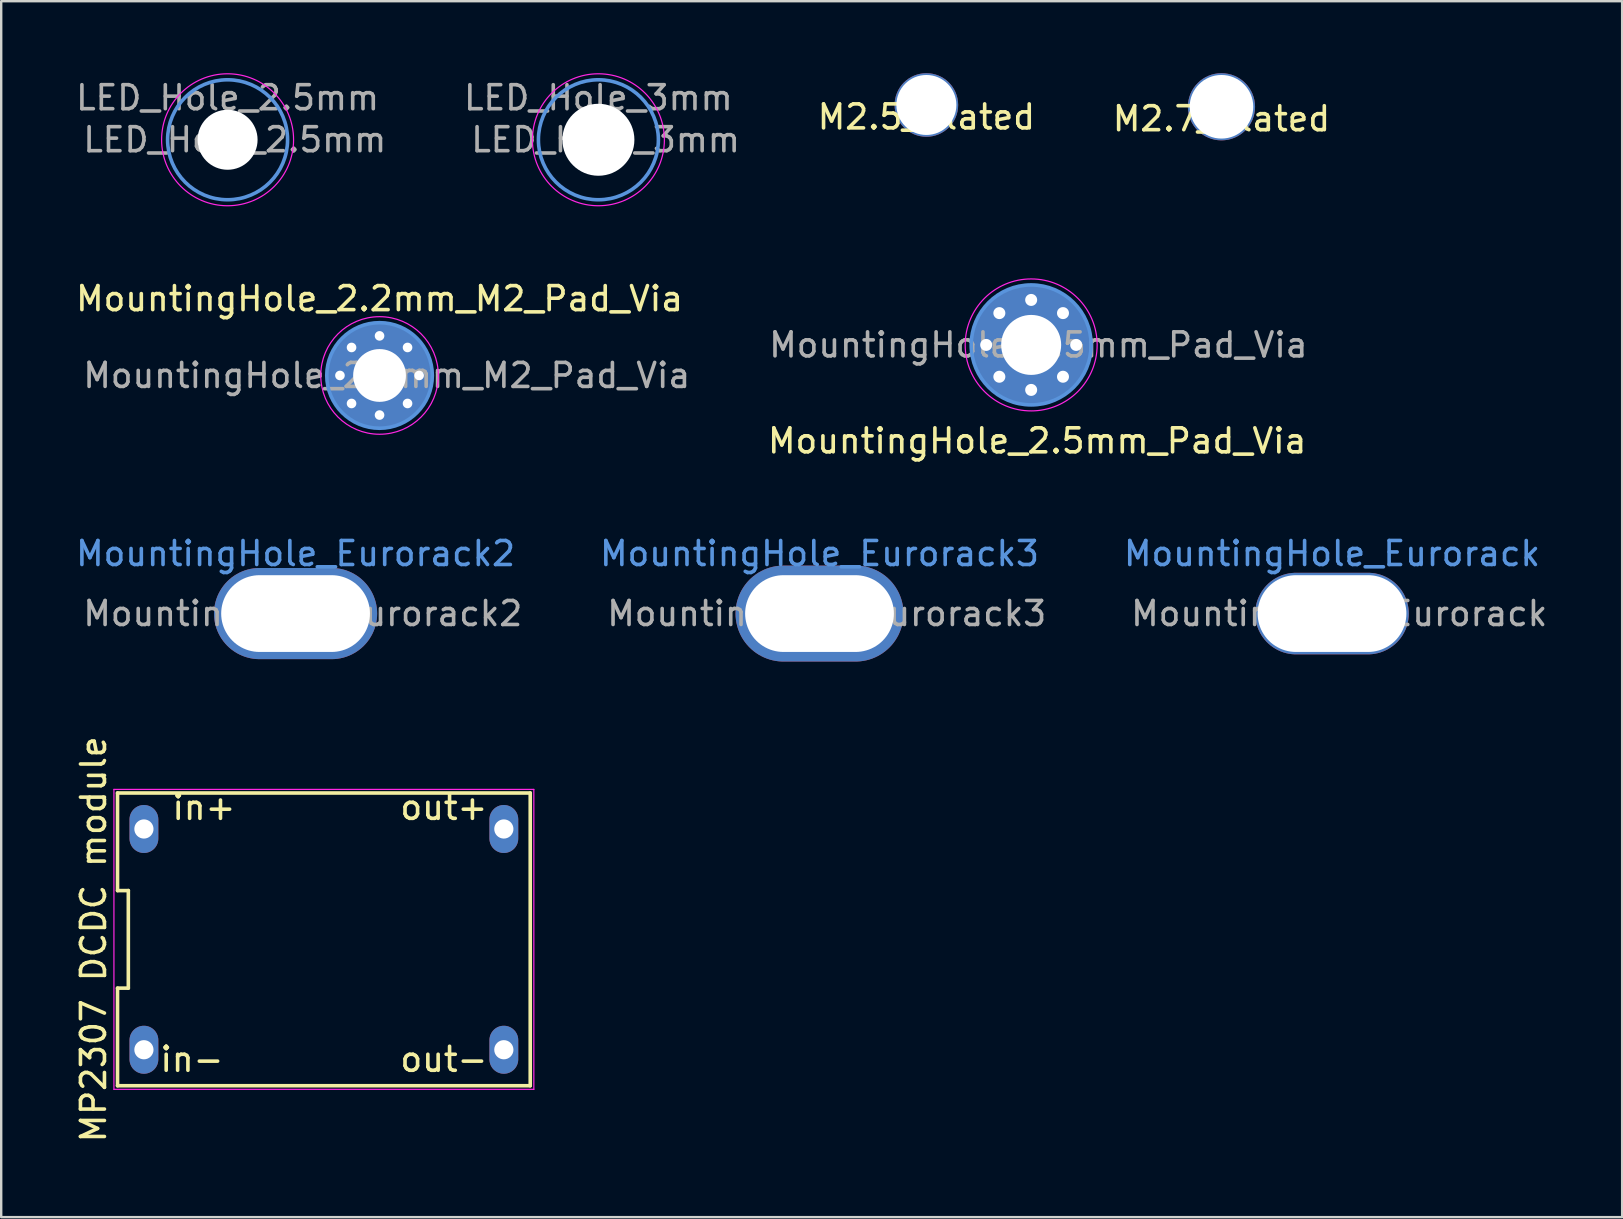
<source format=kicad_pcb>
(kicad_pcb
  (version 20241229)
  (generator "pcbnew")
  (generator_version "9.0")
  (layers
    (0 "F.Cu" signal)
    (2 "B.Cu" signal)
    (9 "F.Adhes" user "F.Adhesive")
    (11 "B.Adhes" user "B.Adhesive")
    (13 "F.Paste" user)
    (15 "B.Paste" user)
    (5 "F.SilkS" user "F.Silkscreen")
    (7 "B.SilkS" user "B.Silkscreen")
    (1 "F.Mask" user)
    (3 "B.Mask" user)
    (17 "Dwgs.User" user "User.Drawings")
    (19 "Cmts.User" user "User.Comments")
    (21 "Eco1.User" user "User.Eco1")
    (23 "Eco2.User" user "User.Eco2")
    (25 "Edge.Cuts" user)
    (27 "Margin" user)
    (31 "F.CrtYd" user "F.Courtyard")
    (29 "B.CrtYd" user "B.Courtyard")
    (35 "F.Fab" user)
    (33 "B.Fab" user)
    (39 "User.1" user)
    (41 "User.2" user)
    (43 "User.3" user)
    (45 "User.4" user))
  (footprint "M2.7_Plated"
    (layer "F.Cu")
    (at 47.856 1.4)
    (property "Reference" "M2.7_Plated" (at 0 0.5 0) (layer "F.SilkS") (effects (font (size 1 1) (thickness 0.15))))
    (attr through_hole)
    (pad "1" thru_hole circle (at 0 0) (size 2.8 2.8) (drill 2.65) (layers "*.Cu" "*.Mask")))
  (footprint "MountingHole_Eurorack2"
    (layer "F.Cu")
    (at 9.268 22.521)
    (property "Reference" "MountingHole_Eurorack2" (at 0 -2.5 0) (layer "Cmts.User") (effects (font (size 1 1) (thickness 0.15))))
    (attr exclude_from_pos_files exclude_from_bom)
    (fp_text user "${REFERENCE}" (at 0.3 0 0) (layer "F.Fab") (effects (font (size 1 1) (thickness 0.15))))
    (pad "1" thru_hole oval (at 0 0) (size 6.8 3.8) (drill oval 6.2 3.2) (layers "*.Cu" "*.Mask")))
  (footprint "MountingHole_Eurorack"
    (layer "F.Cu")
    (at 52.463 22.521)
    (property "Reference" "MountingHole_Eurorack" (at 0 -2.5 0) (layer "Cmts.User") (effects (font (size 1 1) (thickness 0.15))))
    (attr exclude_from_pos_files exclude_from_bom)
    (fp_text user "${REFERENCE}" (at 0.3 0 0) (layer "F.Fab") (effects (font (size 1 1) (thickness 0.15))))
    (pad "1" thru_hole oval (at 0 0) (size 6.4 3.4) (drill oval 6.2 3.2) (layers "*.Cu" "*.Mask")))
  (footprint "LED_Hole_2.5mm"
    (layer "F.Cu")
    (at 6.435 2.775)
    (property "Reference" "LED_Hole_2.5mm" (at 0 -1.75 0) (layer "F.Fab") (effects (font (size 1 1) (thickness 0.15))))
    (attr exclude_from_pos_files exclude_from_bom)
    (fp_circle (center 0 0) (end 2.5 0) (stroke (width 0.15) (type solid)) (fill no) (layer "Cmts.User"))
    (fp_circle (center 0 0) (end 2.75 0) (stroke (width 0.05) (type solid)) (fill no) (layer "F.CrtYd"))
    (fp_text user "${REFERENCE}" (at 0.3 0 0) (layer "F.Fab") (effects (font (size 1 1) (thickness 0.15))))
    (pad "" np_thru_hole circle (at 0 0) (size 2.5 2.5) (drill 2.5) (layers "*.Cu" "*.Mask")))
  (footprint "MountingHole_Eurorack3"
    (layer "F.Cu")
    (at 31.104 22.521)
    (property "Reference" "MountingHole_Eurorack3" (at 0 -2.5 0) (layer "Cmts.User") (effects (font (size 1 1) (thickness 0.15))))
    (attr exclude_from_pos_files exclude_from_bom)
    (fp_text user "${REFERENCE}" (at 0.3 0 0) (layer "F.Fab") (effects (font (size 1 1) (thickness 0.15))))
    (pad "1" thru_hole oval (at 0 0) (size 7 4) (drill oval 6.2 3.2) (layers "*.Cu" "*.Mask")))
  (footprint "MountingHole_2.2mm_M2_Pad_Via"
    (layer "F.Cu")
    (at 12.768 12.598)
    (property "Reference" "MountingHole_2.2mm_M2_Pad_Via" (at 0 -3.2 0) (layer "F.SilkS") (effects (font (size 1 1) (thickness 0.15))))
    (attr exclude_from_pos_files exclude_from_bom)
    (fp_circle (center 0 0) (end 2.2 0) (stroke (width 0.15) (type solid)) (fill no) (layer "Cmts.User"))
    (fp_circle (center 0 0) (end 2.45 0) (stroke (width 0.05) (type solid)) (fill no) (layer "F.CrtYd"))
    (fp_text user "${REFERENCE}" (at 0.3 0 0) (layer "F.Fab") (effects (font (size 1 1) (thickness 0.15))))
    (pad "1" thru_hole circle (at -1.65 0) (size 0.7 0.7) (drill 0.4) (layers "*.Cu" "*.Mask"))
    (pad "1" thru_hole circle (at -1.167 -1.167) (size 0.7 0.7) (drill 0.4) (layers "*.Cu" "*.Mask"))
    (pad "1" thru_hole circle (at -1.167 1.167) (size 0.7 0.7) (drill 0.4) (layers "*.Cu" "*.Mask"))
    (pad "1" thru_hole circle (at 0 -1.65) (size 0.7 0.7) (drill 0.4) (layers "*.Cu" "*.Mask"))
    (pad "1" thru_hole circle (at 0 0) (size 4.4 4.4) (drill 2.2) (layers "*.Cu" "*.Mask"))
    (pad "1" thru_hole circle (at 0 1.65) (size 0.7 0.7) (drill 0.4) (layers "*.Cu" "*.Mask"))
    (pad "1" thru_hole circle (at 1.167 -1.167) (size 0.7 0.7) (drill 0.4) (layers "*.Cu" "*.Mask"))
    (pad "1" thru_hole circle (at 1.167 1.167) (size 0.7 0.7) (drill 0.4) (layers "*.Cu" "*.Mask"))
    (pad "1" thru_hole circle (at 1.65 0) (size 0.7 0.7) (drill 0.4) (layers "*.Cu" "*.Mask")))
  (footprint "MP2307 DCDC module"
    (layer "F.Cu")
    (at 10.448 36.099)
    (property "Reference" "MP2307 DCDC module" (at -9.6 0 90) (layer "F.SilkS") (effects (font (size 1 1) (thickness 0.15))))
    (attr through_hole)
    (fp_line (start -8.6 -6.1) (end -8.6 -2.033) (stroke (width 0.15) (type solid)) (layer "F.SilkS"))
    (fp_line (start -8.6 -2.033) (end -8.15 -2.033) (stroke (width 0.15) (type solid)) (layer "F.SilkS"))
    (fp_line (start -8.6 2.033) (end -8.6 6.1) (stroke (width 0.15) (type solid)) (layer "F.SilkS"))
    (fp_line (start -8.6 6.1) (end 8.6 6.1) (stroke (width 0.15) (type solid)) (layer "F.SilkS"))
    (fp_line (start -8.15 -2.033) (end -8.15 2.033) (stroke (width 0.15) (type solid)) (layer "F.SilkS"))
    (fp_line (start -8.15 2.033) (end -8.6 2.033) (stroke (width 0.15) (type solid)) (layer "F.SilkS"))
    (fp_line (start 8.6 -6.1) (end -8.6 -6.1) (stroke (width 0.15) (type solid)) (layer "F.SilkS"))
    (fp_line (start 8.6 6.1) (end 8.6 -6.1) (stroke (width 0.15) (type solid)) (layer "F.SilkS"))
    (fp_line (start -8.75 -6.25) (end 8.75 -6.25) (stroke (width 0.05) (type solid)) (layer "F.CrtYd"))
    (fp_line (start -8.75 6.25) (end -8.75 -6.25) (stroke (width 0.05) (type solid)) (layer "F.CrtYd"))
    (fp_line (start 8.75 -6.25) (end 8.75 6.25) (stroke (width 0.05) (type solid)) (layer "F.CrtYd"))
    (fp_line (start 8.75 6.25) (end -8.75 6.25) (stroke (width 0.05) (type solid)) (layer "F.CrtYd"))
    (fp_text user "in+" (at -5 -5.5 0) (layer "F.SilkS") (effects (font (size 1 1) (thickness 0.15))))
    (fp_text user "out-" (at 5 5 0) (layer "F.SilkS") (effects (font (size 1 1) (thickness 0.15))))
    (fp_text user "in-" (at -5.5 5 0) (layer "F.SilkS") (effects (font (size 1 1) (thickness 0.15))))
    (fp_text user "out+" (at 5 -5.5 0) (layer "F.SilkS") (effects (font (size 1 1) (thickness 0.15))))
    (pad "1" thru_hole oval (at -7.5 4.6) (size 1.2 2) (drill 0.8) (layers "*.Cu" "*.Mask"))
    (pad "2" thru_hole oval (at -7.5 -4.6) (size 1.2 2) (drill 0.8) (layers "*.Cu" "*.Mask"))
    (pad "3" thru_hole oval (at 7.5 4.6) (size 1.2 2) (drill 0.8) (layers "*.Cu" "*.Mask"))
    (pad "4" thru_hole oval (at 7.5 -4.6) (size 1.2 2) (drill 0.8) (layers "*.Cu" "*.Mask")))
  (footprint "M2.5_Plated"
    (layer "F.Cu")
    (at 35.558 1.325)
    (property "Reference" "M2.5_Plated" (at 0 0.5 0) (layer "F.SilkS") (effects (font (size 1 1) (thickness 0.15))))
    (attr through_hole)
    (pad "1" thru_hole circle (at 0 0) (size 2.65 2.65) (drill 2.5) (layers "*.Cu" "*.Mask")))
  (footprint "LED_Hole_3mm"
    (layer "F.Cu")
    (at 21.889 2.775)
    (property "Reference" "LED_Hole_3mm" (at 0 -1.75 0) (layer "F.Fab") (effects (font (size 1 1) (thickness 0.15))))
    (attr exclude_from_pos_files exclude_from_bom)
    (fp_circle (center 0 0) (end 2.5 0) (stroke (width 0.15) (type solid)) (fill no) (layer "Cmts.User"))
    (fp_circle (center 0 0) (end 2.75 0) (stroke (width 0.05) (type solid)) (fill no) (layer "F.CrtYd"))
    (fp_text user "${REFERENCE}" (at 0.3 0 0) (layer "F.Fab") (effects (font (size 1 1) (thickness 0.15))))
    (pad "" np_thru_hole circle (at 0 0) (size 3 3) (drill 3) (layers "*.Cu" "*.Mask")))
  (footprint "MountingHole_2.5mm_Pad_Via"
    (layer "F.Cu")
    (at 39.925 11.325)
    (property "Reference" "MountingHole_2.5mm_Pad_Via" (at 0.25 4 0) (layer "F.SilkS") (effects (font (size 1 1) (thickness 0.15))))
    (attr exclude_from_pos_files exclude_from_bom)
    (fp_circle (center 0 0) (end 2.5 0) (stroke (width 0.15) (type solid)) (fill no) (layer "Cmts.User"))
    (fp_circle (center 0 0) (end 2.75 0) (stroke (width 0.05) (type solid)) (fill no) (layer "F.CrtYd"))
    (fp_text user "${REFERENCE}" (at 0.3 0 0) (layer "F.Fab") (effects (font (size 1 1) (thickness 0.15))))
    (pad "1" thru_hole circle (at -1.875 0) (size 0.8 0.8) (drill 0.5) (layers "*.Cu" "*.Mask"))
    (pad "1" thru_hole circle (at -1.326 -1.326) (size 0.8 0.8) (drill 0.5) (layers "*.Cu" "*.Mask"))
    (pad "1" thru_hole circle (at -1.326 1.326) (size 0.8 0.8) (drill 0.5) (layers "*.Cu" "*.Mask"))
    (pad "1" thru_hole circle (at 0 -1.875) (size 0.8 0.8) (drill 0.5) (layers "*.Cu" "*.Mask"))
    (pad "1" thru_hole circle (at 0 0) (size 5 5) (drill 2.5) (layers "*.Cu" "*.Mask"))
    (pad "1" thru_hole circle (at 0 1.875) (size 0.8 0.8) (drill 0.5) (layers "*.Cu" "*.Mask"))
    (pad "1" thru_hole circle (at 1.326 -1.326) (size 0.8 0.8) (drill 0.5) (layers "*.Cu" "*.Mask"))
    (pad "1" thru_hole circle (at 1.326 1.326) (size 0.8 0.8) (drill 0.5) (layers "*.Cu" "*.Mask"))
    (pad "1" thru_hole circle (at 1.875 0) (size 0.8 0.8) (drill 0.5) (layers "*.Cu" "*.Mask")))
  (gr_rect
    (start -3 -3)
    (end 64.555 47.676)
    (stroke (width 0.1) (type default))
    (fill no)
    (layer "Edge.Cuts")))
</source>
